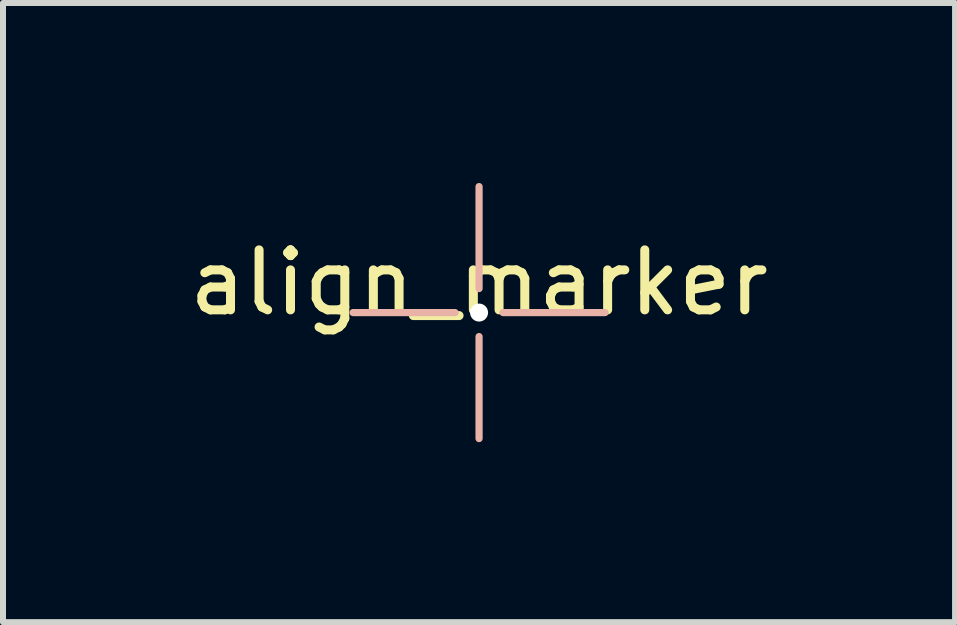
<source format=kicad_pcb>
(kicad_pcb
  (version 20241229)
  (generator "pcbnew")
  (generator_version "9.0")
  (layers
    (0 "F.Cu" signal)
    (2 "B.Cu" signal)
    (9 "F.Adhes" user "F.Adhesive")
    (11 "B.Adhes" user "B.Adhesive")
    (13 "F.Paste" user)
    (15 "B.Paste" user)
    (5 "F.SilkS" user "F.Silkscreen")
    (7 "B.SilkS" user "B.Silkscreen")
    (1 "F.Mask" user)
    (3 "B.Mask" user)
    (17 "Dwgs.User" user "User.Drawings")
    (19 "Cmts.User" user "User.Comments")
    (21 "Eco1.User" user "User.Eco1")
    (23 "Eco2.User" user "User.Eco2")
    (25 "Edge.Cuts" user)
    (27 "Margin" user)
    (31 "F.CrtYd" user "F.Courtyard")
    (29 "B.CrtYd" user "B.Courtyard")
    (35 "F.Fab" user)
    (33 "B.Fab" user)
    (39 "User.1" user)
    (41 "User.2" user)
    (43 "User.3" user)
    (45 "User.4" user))
  (footprint "align_marker"
    (layer "F.Cu")
    (at 4.935 2.16)
    (property "Reference" "align_marker" (at 0 -0.5 0) (unlocked yes) (layer "F.SilkS") (effects (font (size 1 1) (thickness 0.15))))
    (fp_line (start -1.4 -1.4) (end -0.4 -0.4) (stroke (width 0.12) (type default)) (layer "F.Mask"))
    (fp_line (start -1.4 1.4) (end -0.4 0.4) (stroke (width 0.12) (type default)) (layer "F.Mask"))
    (fp_line (start 0.4 -0.4) (end 1.4 -1.4) (stroke (width 0.12) (type default)) (layer "F.Mask"))
    (fp_line (start 1.4 1.4) (end 0.4 0.4) (stroke (width 0.12) (type default)) (layer "F.Mask"))
    (fp_line (start -0.4 -0.4) (end -1.4 -1.4) (stroke (width 0.12) (type default)) (layer "B.Mask"))
    (fp_line (start -0.4 0.4) (end -1.4 1.4) (stroke (width 0.12) (type default)) (layer "B.Mask"))
    (fp_line (start 0.4 0.4) (end 1.4 1.4) (stroke (width 0.12) (type default)) (layer "B.Mask"))
    (fp_line (start 1.4 -1.4) (end 0.4 -0.4) (stroke (width 0.12) (type default)) (layer "B.Mask"))
    (fp_line (start -2.1 0) (end -0.4 0) (stroke (width 0.12) (type default)) (layer "B.SilkS"))
    (fp_line (start 0 -0.4) (end 0 -2.1) (stroke (width 0.12) (type default)) (layer "B.SilkS"))
    (fp_line (start 0 0.4) (end 0 2.1) (stroke (width 0.12) (type default)) (layer "B.SilkS"))
    (fp_line (start 0.4 0) (end 2.1 0) (stroke (width 0.12) (type default)) (layer "B.SilkS"))
    (pad "" np_thru_hole circle (at 0 0) (size 0.3 0.3) (drill 0.3) (layers "*.Cu"))
    (zone (net_name "") (layers "F.Cu" "B.Cu") (hatch edge 0.5) (connect_pads) (min_thickness 0.25) (filled_areas_thickness no) (keepout (tracks not_allowed) (vias not_allowed) (pads not_allowed) (copperpour not_allowed) (footprints not_allowed)) (placement (enabled no)) (fill) (polygon (pts (xy 2.835 1.985) (xy 2.835 2.31) (xy 4.535 2.31) (xy 4.535 1.985))))
    (zone (net_name "") (layers "F.Cu" "B.Cu") (hatch edge 0.5) (connect_pads) (min_thickness 0.25) (filled_areas_thickness no) (keepout (tracks not_allowed) (vias not_allowed) (pads not_allowed) (copperpour not_allowed) (footprints not_allowed)) (placement (enabled no)) (fill) (polygon (pts (xy 4.785 1.76) (xy 5.11 1.76) (xy 5.11 0.06) (xy 4.785 0.06))))
    (zone (net_name "") (layers "F.Cu" "B.Cu") (hatch edge 0.5) (connect_pads) (min_thickness 0.25) (filled_areas_thickness no) (keepout (tracks not_allowed) (vias not_allowed) (pads not_allowed) (copperpour not_allowed) (footprints not_allowed)) (placement (enabled no)) (fill) (polygon (pts (xy 4.785 4.26) (xy 5.11 4.26) (xy 5.11 2.56) (xy 4.785 2.56))))
    (zone (net_name "") (layers "F.Cu" "B.Cu") (hatch edge 0.5) (connect_pads) (min_thickness 0.25) (filled_areas_thickness no) (keepout (tracks not_allowed) (vias not_allowed) (pads not_allowed) (copperpour not_allowed) (footprints not_allowed)) (placement (enabled no)) (fill) (polygon (pts (xy 5.335 1.985) (xy 5.335 2.31) (xy 7.035 2.31) (xy 7.035 1.985)))))
  (gr_rect
    (start -3 -3)
    (end 12.869 7.32)
    (stroke (width 0.1) (type default))
    (fill no)
    (layer "Edge.Cuts")))
</source>
